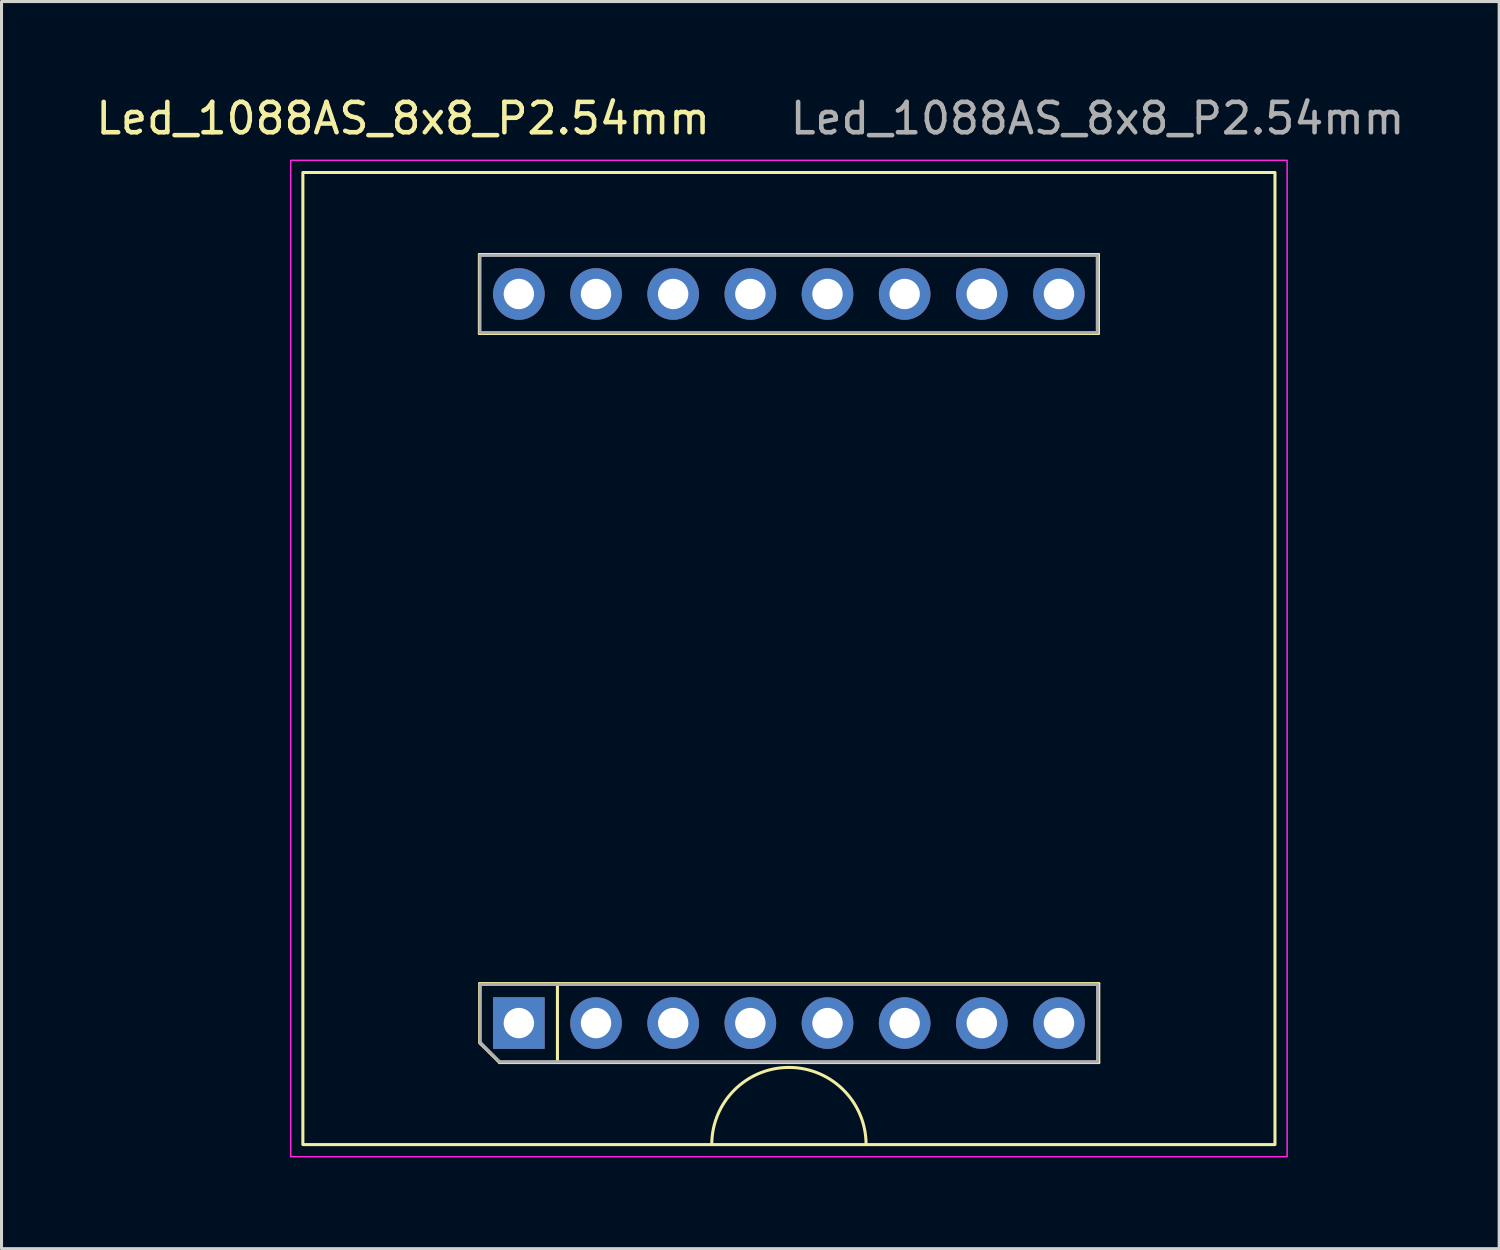
<source format=kicad_pcb>
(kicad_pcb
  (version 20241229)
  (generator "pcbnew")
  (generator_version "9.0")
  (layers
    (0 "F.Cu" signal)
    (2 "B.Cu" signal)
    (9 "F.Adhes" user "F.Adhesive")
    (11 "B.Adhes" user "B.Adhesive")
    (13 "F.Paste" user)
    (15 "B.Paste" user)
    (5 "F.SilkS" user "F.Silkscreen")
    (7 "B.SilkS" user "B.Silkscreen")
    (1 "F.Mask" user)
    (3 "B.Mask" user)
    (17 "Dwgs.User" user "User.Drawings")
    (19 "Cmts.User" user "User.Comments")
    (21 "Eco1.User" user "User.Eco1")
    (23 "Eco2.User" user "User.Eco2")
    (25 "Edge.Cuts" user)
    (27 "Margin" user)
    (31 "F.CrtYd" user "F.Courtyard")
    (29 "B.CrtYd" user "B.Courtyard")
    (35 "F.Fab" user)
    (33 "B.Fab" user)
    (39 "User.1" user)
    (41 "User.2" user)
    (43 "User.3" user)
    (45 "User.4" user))
  (footprint "Led_1088AS_8x8_P2.54mm"
    (layer "F.Cu")
    (at 22.92 18.628)
    (property "Reference" "Led_1088AS_8x8_P2.54mm" (at -12.7 -17.78 0) (layer "F.SilkS") (effects (font (size 1 1) (thickness 0.15))))
    (attr through_hole)
    (fp_line (start -10.19 -13.3) (end -10.19 -10.7) (stroke (width 0.1) (type default)) (layer "F.SilkS"))
    (fp_line (start -10.19 -13.3) (end 10.19 -13.3) (stroke (width 0.1) (type default)) (layer "F.SilkS"))
    (fp_line (start -10.18 10.7) (end 10.2 10.7) (stroke (width 0.1) (type default)) (layer "F.SilkS"))
    (fp_line (start -10.18 12.65) (end -10.18 10.7) (stroke (width 0.1) (type solid)) (layer "F.SilkS"))
    (fp_line (start -9.525 13.3) (end -10.16 12.67) (stroke (width 0.1) (type default)) (layer "F.SilkS"))
    (fp_line (start -7.62 13.3) (end -7.62 10.7) (stroke (width 0.1) (type solid)) (layer "F.SilkS"))
    (fp_line (start 10.19 -13.3) (end 10.19 -10.7) (stroke (width 0.1) (type default)) (layer "F.SilkS"))
    (fp_line (start 10.19 -10.7) (end -10.19 -10.7) (stroke (width 0.1) (type default)) (layer "F.SilkS"))
    (fp_line (start 10.2 10.7) (end 10.2 13.3) (stroke (width 0.1) (type default)) (layer "F.SilkS"))
    (fp_line (start 10.2 13.3) (end -9.525 13.3) (stroke (width 0.1) (type default)) (layer "F.SilkS"))
    (fp_rect (start -16 -16) (end 16 16) (stroke (width 0.1) (type default)) (fill no) (layer "F.SilkS"))
    (fp_arc (start -2.54 16) (mid -1.796051 14.203949) (end 0 13.46) (stroke (width 0.1) (type default)) (layer "F.SilkS"))
    (fp_arc (start 0 13.46) (mid 1.796051 14.203949) (end 2.54 16) (stroke (width 0.1) (type default)) (layer "F.SilkS"))
    (fp_rect (start -16.4 -16.4) (end 16.4 16.4) (stroke (width 0.05) (type default)) (fill no) (layer "F.CrtYd"))
    (fp_line (start -10.17 -13.27) (end -10.17 -10.73) (stroke (width 0.1) (type default)) (layer "F.Fab"))
    (fp_line (start -10.17 -13.27) (end 10.15 -13.27) (stroke (width 0.1) (type solid)) (layer "F.Fab"))
    (fp_line (start -10.16 10.73) (end 10.16 10.73) (stroke (width 0.1) (type solid)) (layer "F.Fab"))
    (fp_line (start -10.16 12.635) (end -10.16 10.73) (stroke (width 0.1) (type solid)) (layer "F.Fab"))
    (fp_line (start -10.16 12.635) (end -9.525 13.27) (stroke (width 0.1) (type default)) (layer "F.Fab"))
    (fp_line (start 10.15 -13.27) (end 10.15 -10.73) (stroke (width 0.1) (type solid)) (layer "F.Fab"))
    (fp_line (start 10.15 -10.73) (end -10.17 -10.73) (stroke (width 0.1) (type solid)) (layer "F.Fab"))
    (fp_line (start 10.16 10.73) (end 10.16 13.27) (stroke (width 0.1) (type solid)) (layer "F.Fab"))
    (fp_line (start 10.16 13.27) (end -9.525 13.27) (stroke (width 0.1) (type solid)) (layer "F.Fab"))
    (fp_text user "${REFERENCE}" (at 10.16 -17.78 180) (layer "F.Fab") (effects (font (size 1 1) (thickness 0.15))))
    (pad "1" thru_hole rect (at -8.89 12) (size 1.7 1.7) (drill 1) (layers "*.Cu" "*.Mask"))
    (pad "2" thru_hole oval (at -6.35 12) (size 1.7 1.7) (drill 1) (layers "*.Cu" "*.Mask"))
    (pad "3" thru_hole oval (at -3.81 12) (size 1.7 1.7) (drill 1) (layers "*.Cu" "*.Mask"))
    (pad "4" thru_hole oval (at -1.27 12) (size 1.7 1.7) (drill 1) (layers "*.Cu" "*.Mask"))
    (pad "5" thru_hole oval (at 1.27 12) (size 1.7 1.7) (drill 1) (layers "*.Cu" "*.Mask"))
    (pad "6" thru_hole oval (at 3.81 12) (size 1.7 1.7) (drill 1) (layers "*.Cu" "*.Mask"))
    (pad "7" thru_hole oval (at 6.35 12) (size 1.7 1.7) (drill 1) (layers "*.Cu" "*.Mask"))
    (pad "8" thru_hole oval (at 8.89 12) (size 1.7 1.7) (drill 1) (layers "*.Cu" "*.Mask"))
    (pad "9" thru_hole oval (at 8.89 -12) (size 1.7 1.7) (drill 1) (layers "*.Cu" "*.Mask"))
    (pad "10" thru_hole oval (at 6.35 -12) (size 1.7 1.7) (drill 1) (layers "*.Cu" "*.Mask"))
    (pad "11" thru_hole oval (at 3.81 -12) (size 1.7 1.7) (drill 1) (layers "*.Cu" "*.Mask"))
    (pad "12" thru_hole oval (at 1.27 -12) (size 1.7 1.7) (drill 1) (layers "*.Cu" "*.Mask"))
    (pad "13" thru_hole oval (at -1.27 -12) (size 1.7 1.7) (drill 1) (layers "*.Cu" "*.Mask"))
    (pad "14" thru_hole oval (at -3.81 -12) (size 1.7 1.7) (drill 1) (layers "*.Cu" "*.Mask"))
    (pad "15" thru_hole oval (at -6.35 -12) (size 1.7 1.7) (drill 1) (layers "*.Cu" "*.Mask"))
    (pad "16" thru_hole oval (at -8.89 -12) (size 1.7 1.7) (drill 1) (layers "*.Cu" "*.Mask")))
  (gr_rect
    (start -3 -3)
    (end 46.3 38.053)
    (stroke (width 0.1) (type default))
    (fill no)
    (layer "Edge.Cuts")))
</source>
